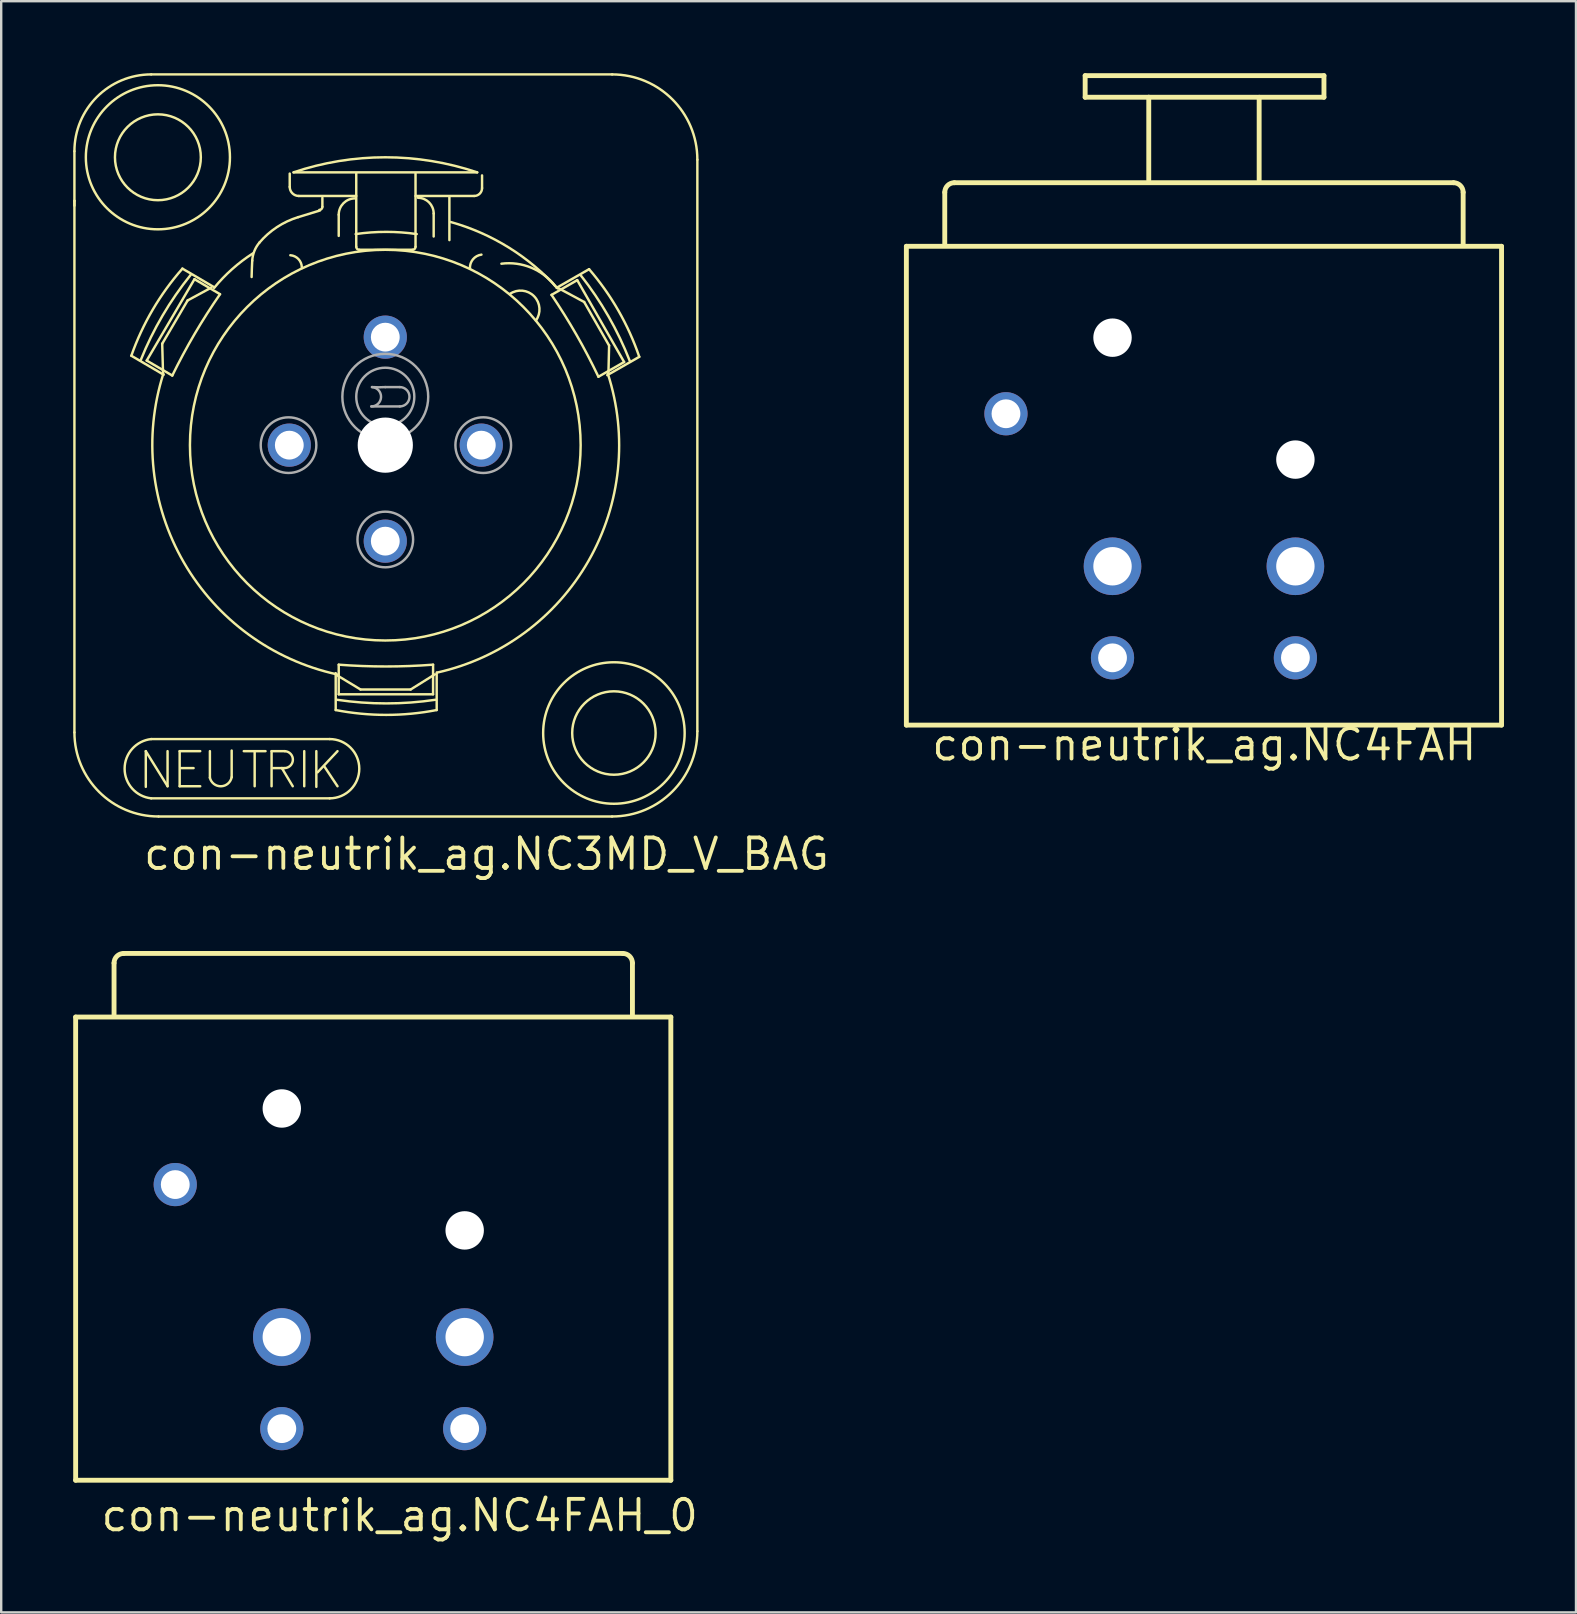
<source format=kicad_pcb>
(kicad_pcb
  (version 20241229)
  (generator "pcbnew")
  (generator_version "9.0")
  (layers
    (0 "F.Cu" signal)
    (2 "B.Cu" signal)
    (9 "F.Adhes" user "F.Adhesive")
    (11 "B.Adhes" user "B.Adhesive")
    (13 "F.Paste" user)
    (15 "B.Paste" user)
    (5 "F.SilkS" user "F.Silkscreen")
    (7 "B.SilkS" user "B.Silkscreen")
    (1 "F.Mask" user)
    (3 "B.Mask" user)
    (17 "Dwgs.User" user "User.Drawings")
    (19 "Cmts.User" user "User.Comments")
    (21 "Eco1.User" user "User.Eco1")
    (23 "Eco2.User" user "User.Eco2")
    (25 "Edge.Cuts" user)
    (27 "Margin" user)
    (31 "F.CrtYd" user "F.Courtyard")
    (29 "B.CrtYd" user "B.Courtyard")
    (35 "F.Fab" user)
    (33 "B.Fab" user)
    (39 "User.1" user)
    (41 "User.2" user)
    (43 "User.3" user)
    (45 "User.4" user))
  (footprint "con-neutrik_ag.NC3MD_V_BAG"
    (layer "F.Cu")
    (at 13.004 15.498)
    (property "Reference" "con-neutrik_ag.NC3MD_V_BAG" (at -10.16 17.78 0) (layer "F.SilkS") (effects (font (size 1.27 1.27) (thickness 0.16)) (justify left bottom)))
    (attr through_hole)
    (fp_line (start -12.953 -10.181) (end -12.953 -12.247) (stroke (width 0.102) (type default)) (layer "F.SilkS"))
    (fp_line (start -12.953 -9.979) (end -12.953 -10.181) (stroke (width 0.102) (type default)) (layer "F.SilkS"))
    (fp_line (start -12.953 11.97) (end -12.953 -10.181) (stroke (width 0.102) (type default)) (layer "F.SilkS"))
    (fp_line (start -10.582 -3.725) (end -9.235 -2.934) (stroke (width 0.102) (type default)) (layer "F.SilkS"))
    (fp_line (start -9.979 12.751) (end -9.072 14.213) (stroke (width 0.102) (type default)) (layer "F.SilkS"))
    (fp_line (start -9.979 14.238) (end -9.979 12.751) (stroke (width 0.102) (type default)) (layer "F.SilkS"))
    (fp_line (start -9.941 -3.524) (end -7.951 -6.915) (stroke (width 0.102) (type default)) (layer "F.SilkS"))
    (fp_line (start -9.752 -15.448) (end 9.45 -15.448) (stroke (width 0.102) (type default)) (layer "F.SilkS"))
    (fp_line (start -9.752 12.247) (end -2.318 12.247) (stroke (width 0.102) (type default)) (layer "F.SilkS"))
    (fp_line (start -9.295 -4.226) (end -9.262 -3.038) (stroke (width 0.102) (type default)) (layer "F.SilkS"))
    (fp_line (start -9.072 14.213) (end -9.072 12.751) (stroke (width 0.102) (type default)) (layer "F.SilkS"))
    (fp_line (start -8.876 -2.899) (end -9.941 -3.524) (stroke (width 0.102) (type default)) (layer "F.SilkS"))
    (fp_line (start -8.568 12.751) (end -8.568 14.213) (stroke (width 0.102) (type default)) (layer "F.SilkS"))
    (fp_line (start -8.568 14.213) (end -7.711 14.213) (stroke (width 0.102) (type default)) (layer "F.SilkS"))
    (fp_line (start -8.518 13.457) (end -7.988 13.457) (stroke (width 0.102) (type default)) (layer "F.SilkS"))
    (fp_line (start -8.236 -6.03) (end -9.295 -4.226) (stroke (width 0.102) (type default)) (layer "F.SilkS"))
    (fp_line (start -7.951 -6.915) (end -6.886 -6.29) (stroke (width 0.102) (type default)) (layer "F.SilkS"))
    (fp_line (start -7.711 12.751) (end -8.568 12.751) (stroke (width 0.102) (type default)) (layer "F.SilkS"))
    (fp_line (start -7.308 12.751) (end -7.308 13.86) (stroke (width 0.102) (type default)) (layer "F.SilkS"))
    (fp_line (start -7.252 -6.563) (end -8.236 -6.03) (stroke (width 0.102) (type default)) (layer "F.SilkS"))
    (fp_line (start -7.127 -6.577) (end -8.453 -7.355) (stroke (width 0.102) (type default)) (layer "F.SilkS"))
    (fp_line (start -6.401 13.835) (end -6.401 12.726) (stroke (width 0.102) (type default)) (layer "F.SilkS"))
    (fp_line (start -5.897 12.751) (end -4.99 12.751) (stroke (width 0.102) (type default)) (layer "F.SilkS"))
    (fp_line (start -5.443 12.776) (end -5.443 14.213) (stroke (width 0.102) (type default)) (layer "F.SilkS"))
    (fp_line (start -4.738 12.751) (end -4.183 12.751) (stroke (width 0.102) (type default)) (layer "F.SilkS"))
    (fp_line (start -4.738 14.213) (end -4.738 12.751) (stroke (width 0.102) (type default)) (layer "F.SilkS"))
    (fp_line (start -4.309 13.457) (end -4.687 13.457) (stroke (width 0.102) (type default)) (layer "F.SilkS"))
    (fp_line (start -4.309 13.457) (end -3.856 14.213) (stroke (width 0.102) (type default)) (layer "F.SilkS"))
    (fp_line (start -4.208 13.457) (end -4.309 13.457) (stroke (width 0.102) (type default)) (layer "F.SilkS"))
    (fp_line (start -3.982 -11.315) (end -3.982 -10.76) (stroke (width 0.102) (type default)) (layer "F.SilkS"))
    (fp_line (start -3.805 -11.365) (end 3.83 -11.365) (stroke (width 0.102) (type default)) (layer "F.SilkS"))
    (fp_line (start -3.604 -10.382) (end -1.21 -10.382) (stroke (width 0.102) (type default)) (layer "F.SilkS"))
    (fp_line (start -3.377 12.751) (end -3.377 14.213) (stroke (width 0.102) (type default)) (layer "F.SilkS"))
    (fp_line (start -2.873 12.751) (end -2.873 14.238) (stroke (width 0.102) (type default)) (layer "F.SilkS"))
    (fp_line (start -2.722 -9.778) (end -3.629 -9.5) (stroke (width 0.102) (type default)) (layer "F.SilkS"))
    (fp_line (start -2.621 -10.307) (end -2.621 -9.929) (stroke (width 0.102) (type default)) (layer "F.SilkS"))
    (fp_line (start -2.545 13.381) (end -1.991 14.213) (stroke (width 0.102) (type default)) (layer "F.SilkS"))
    (fp_line (start -2.318 14.717) (end -9.752 14.717) (stroke (width 0.102) (type default)) (layer "F.SilkS"))
    (fp_line (start -2.066 9.5) (end -2.066 11.038) (stroke (width 0.102) (type default)) (layer "F.SilkS"))
    (fp_line (start -1.991 9.601) (end -1.033 10.181) (stroke (width 0.102) (type default)) (layer "F.SilkS"))
    (fp_line (start -1.991 12.751) (end -2.822 13.633) (stroke (width 0.102) (type default)) (layer "F.SilkS"))
    (fp_line (start -1.94 -8.719) (end -1.94 -9.601) (stroke (width 0.102) (type default)) (layer "F.SilkS"))
    (fp_line (start -1.94 10.382) (end -1.94 9.148) (stroke (width 0.102) (type default)) (layer "F.SilkS"))
    (fp_line (start -1.21 -11.315) (end -1.21 -8.266) (stroke (width 0.102) (type default)) (layer "F.SilkS"))
    (fp_line (start -1.084 -8.14) (end 1.134 -8.14) (stroke (width 0.102) (type default)) (layer "F.SilkS"))
    (fp_line (start -1.033 10.181) (end 1.058 10.181) (stroke (width 0.102) (type default)) (layer "F.SilkS"))
    (fp_line (start 1.058 10.181) (end 2.066 9.551) (stroke (width 0.102) (type default)) (layer "F.SilkS"))
    (fp_line (start 1.26 -10.382) (end 3.704 -10.382) (stroke (width 0.102) (type default)) (layer "F.SilkS"))
    (fp_line (start 1.26 -8.266) (end 1.26 -11.315) (stroke (width 0.102) (type default)) (layer "F.SilkS"))
    (fp_line (start 1.991 9.148) (end 1.991 10.382) (stroke (width 0.102) (type default)) (layer "F.SilkS"))
    (fp_line (start 1.991 10.382) (end -1.94 10.382) (stroke (width 0.102) (type default)) (layer "F.SilkS"))
    (fp_line (start 2.016 -8.694) (end 2.016 -9.652) (stroke (width 0.102) (type default)) (layer "F.SilkS"))
    (fp_line (start 2.142 11.038) (end 2.142 9.475) (stroke (width 0.102) (type default)) (layer "F.SilkS"))
    (fp_line (start 2.671 -8.543) (end 2.671 -10.332) (stroke (width 0.102) (type default)) (layer "F.SilkS"))
    (fp_line (start 4.032 -10.71) (end 4.032 -11.239) (stroke (width 0.102) (type default)) (layer "F.SilkS"))
    (fp_line (start 6.927 -6.261) (end 7.998 -6.875) (stroke (width 0.102) (type default)) (layer "F.SilkS"))
    (fp_line (start 7.998 -6.875) (end 9.952 -3.463) (stroke (width 0.102) (type default)) (layer "F.SilkS"))
    (fp_line (start 8.287 -5.965) (end 7.239 -6.527) (stroke (width 0.102) (type default)) (layer "F.SilkS"))
    (fp_line (start 8.492 -7.332) (end 7.136 -6.555) (stroke (width 0.102) (type default)) (layer "F.SilkS"))
    (fp_line (start 9.249 -2.916) (end 10.583 -3.68) (stroke (width 0.102) (type default)) (layer "F.SilkS"))
    (fp_line (start 9.299 -3.031) (end 9.326 -4.15) (stroke (width 0.102) (type default)) (layer "F.SilkS"))
    (fp_line (start 9.326 -4.15) (end 8.287 -5.965) (stroke (width 0.102) (type default)) (layer "F.SilkS"))
    (fp_line (start 9.45 15.473) (end -9.45 15.473) (stroke (width 0.102) (type default)) (layer "F.SilkS"))
    (fp_line (start 9.952 -3.463) (end 8.88 -2.85) (stroke (width 0.102) (type default)) (layer "F.SilkS"))
    (fp_line (start 13.003 -11.894) (end 13.003 11.92) (stroke (width 0.102) (type default)) (layer "F.SilkS"))
    (fp_arc (start -12.9528 -12.2472) (mid -12.015425 -14.510225) (end -9.7524 -15.4476) (stroke (width 0.1016) (type default)) (layer "F.SilkS"))
    (fp_arc (start -10.5822 -3.7251) (mid -9.691784 -5.642311) (end -8.4526 -7.3549) (stroke (width 0.1016) (type default)) (layer "F.SilkS"))
    (fp_arc (start -10.1872 -3.5518) (mid -9.279417 -5.400363) (end -8.1086 -7.0946) (stroke (width 0.1016) (type default)) (layer "F.SilkS"))
    (fp_arc (start -9.7524 14.7168) (mid -10.861431 13.482) (end -9.7524 12.2472) (stroke (width 0.1016) (type default)) (layer "F.SilkS"))
    (fp_arc (start -9.45 15.4728) (mid -11.926854 14.446854) (end -12.9528 11.97) (stroke (width 0.1016) (type default)) (layer "F.SilkS"))
    (fp_arc (start -8.8756 -2.8991) (mid -7.945374 -4.632279) (end -6.8862 -6.2898) (stroke (width 0.1016) (type default)) (layer "F.SilkS"))
    (fp_arc (start -7.1316 -6.552) (mid -6.381797 -7.333748) (end -5.5188 -7.9884) (stroke (width 0.1016) (type default)) (layer "F.SilkS"))
    (fp_arc (start -6.4008 13.8348) (mid -6.844214 14.214097) (end -7.308 13.86) (stroke (width 0.1016) (type default)) (layer "F.SilkS"))
    (fp_arc (start -5.5692 -7.0056) (mid -5.559696 -7.345915) (end -5.544 -7.686) (stroke (width 0.1016) (type default)) (layer "F.SilkS"))
    (fp_arc (start -5.544 -7.686) (mid -5.454836 -8.088814) (end -5.2416 -8.442) (stroke (width 0.1016) (type default)) (layer "F.SilkS"))
    (fp_arc (start -5.2416 -8.442) (mid -4.510913 -9.086572) (end -3.6288 -9.5004) (stroke (width 0.1016) (type default)) (layer "F.SilkS"))
    (fp_arc (start -4.1832 12.7512) (mid -3.852275 13.116269) (end -4.2084 13.4568) (stroke (width 0.1016) (type default)) (layer "F.SilkS"))
    (fp_arc (start -3.9564 -7.9128) (mid -3.619262 -7.753651) (end -3.4776 -7.4088) (stroke (width 0.1016) (type default)) (layer "F.SilkS"))
    (fp_arc (start -3.8304 -11.3652) (mid 0 -11.993981) (end 3.8304 -11.3652) (stroke (width 0.1016) (type default)) (layer "F.SilkS"))
    (fp_arc (start -3.6036 -10.3824) (mid -3.870886 -10.493114) (end -3.9816 -10.7604) (stroke (width 0.1016) (type default)) (layer "F.SilkS"))
    (fp_arc (start -2.6208 -9.9288) (mid -2.657705 -9.839705) (end -2.7468 -9.8028) (stroke (width 0.1016) (type default)) (layer "F.SilkS"))
    (fp_arc (start -2.3184 12.2472) (mid -1.0836 13.482) (end -2.3184 14.7168) (stroke (width 0.1016) (type default)) (layer "F.SilkS"))
    (fp_arc (start -2.016 9.5508) (mid -8.395454 4.884282) (end -9.2484 -2.9736) (stroke (width 0.1016) (type default)) (layer "F.SilkS"))
    (fp_arc (start -1.9404 -9.6012) (mid -1.741115 -10.082315) (end -1.26 -10.2816) (stroke (width 0.1016) (type default)) (layer "F.SilkS"))
    (fp_arc (start -1.2348 -8.7948) (mid 0.0378 -8.886007) (end 1.3104 -8.7948) (stroke (width 0.1016) (type default)) (layer "F.SilkS"))
    (fp_arc (start -1.0836 -8.1396) (mid -1.172695 -8.176505) (end -1.2096 -8.2656) (stroke (width 0.1016) (type default)) (layer "F.SilkS"))
    (fp_arc (start 1.26 -8.2656) (mid 1.223095 -8.176505) (end 1.134 -8.1396) (stroke (width 0.1016) (type default)) (layer "F.SilkS"))
    (fp_arc (start 1.3608 -10.3068) (mid 1.824096 -10.114896) (end 2.016 -9.6516) (stroke (width 0.1016) (type default)) (layer "F.SilkS"))
    (fp_arc (start 1.9908 9.1476) (mid 0.0252 9.222351) (end -1.9404 9.1476) (stroke (width 0.1016) (type default)) (layer "F.SilkS"))
    (fp_arc (start 2.0916 10.6092) (mid 0.0378 10.761684) (end -2.016 10.6092) (stroke (width 0.1016) (type default)) (layer "F.SilkS"))
    (fp_arc (start 2.142 11.0376) (mid 0.0378 11.239782) (end -2.0664 11.0376) (stroke (width 0.1016) (type default)) (layer "F.SilkS"))
    (fp_arc (start 2.7216 -9.2988) (mid 5.149852 -8.231484) (end 7.182 -6.5268) (stroke (width 0.1016) (type default)) (layer "F.SilkS"))
    (fp_arc (start 3.528 -7.3584) (mid 3.652983 -7.742718) (end 4.0068 -7.938) (stroke (width 0.1016) (type default)) (layer "F.SilkS"))
    (fp_arc (start 4.032 -10.71) (mid 3.936048 -10.478352) (end 3.7044 -10.3824) (stroke (width 0.1016) (type default)) (layer "F.SilkS"))
    (fp_arc (start 4.8384 -7.56) (mid 6.084142 -7.392894) (end 7.0812 -6.6276) (stroke (width 0.1016) (type default)) (layer "F.SilkS"))
    (fp_arc (start 5.1912 -6.3) (mid 6.201229 -6.203188) (end 6.2748 -5.1912) (stroke (width 0.1016) (type default)) (layer "F.SilkS"))
    (fp_arc (start 6.9267 -6.2611) (mid 7.968417 -4.592549) (end 8.8804 -2.8497) (stroke (width 0.1016) (type default)) (layer "F.SilkS"))
    (fp_arc (start 8.1449 -7.0749) (mid 9.297919 -5.368482) (end 10.1863 -3.5105) (stroke (width 0.1016) (type default)) (layer "F.SilkS"))
    (fp_arc (start 8.4916 -7.3316) (mid 9.712792 -5.606128) (end 10.5831 -3.6797) (stroke (width 0.1016) (type default)) (layer "F.SilkS"))
    (fp_arc (start 9.2736 -2.9736) (mid 8.469424 4.820081) (end 2.1672 9.4752) (stroke (width 0.1016) (type default)) (layer "F.SilkS"))
    (fp_arc (start 9.45 -15.4476) (mid 11.962492 -14.406892) (end 13.0032 -11.8944) (stroke (width 0.1016) (type default)) (layer "F.SilkS"))
    (fp_arc (start 13.0032 11.9196) (mid 11.962492 14.432092) (end 9.45 15.4728) (stroke (width 0.1016) (type default)) (layer "F.SilkS"))
    (fp_circle (center -9.475 -11.995) (end -7.686 -11.995) (stroke (width 0.102) (type default)) (fill no) (layer "F.SilkS"))
    (fp_circle (center -9.475 -11.995) (end -6.473 -11.995) (stroke (width 0.102) (type default)) (fill no) (layer "F.SilkS"))
    (fp_circle (center 0 0) (end 8.14 0) (stroke (width 0.102) (type default)) (fill no) (layer "F.SilkS"))
    (fp_circle (center 9.526 11.995) (end 11.264 11.995) (stroke (width 0.102) (type default)) (fill no) (layer "F.SilkS"))
    (fp_circle (center 9.526 11.995) (end 12.474 11.995) (stroke (width 0.102) (type default)) (fill no) (layer "F.SilkS"))
    (fp_line (start 0 -2.419) (end 0.605 -2.419) (stroke (width 0.102) (type default)) (layer "F.Fab"))
    (fp_line (start 0.605 -1.613) (end -0.58 -1.613) (stroke (width 0.102) (type default)) (layer "F.Fab"))
    (fp_arc (start -0.5544 -2.4192) (mid -0.176203 -2.003788) (end -0.5796 -1.6128) (stroke (width 0.1016) (type default)) (layer "F.Fab"))
    (fp_arc (start 0 -2.4192) (mid -0.2772 -2.41054) (end -0.5544 -2.4192) (stroke (width 0.1016) (type default)) (layer "F.Fab"))
    (fp_arc (start 0.6048 -2.4192) (mid 1.008 -2.016) (end 0.6048 -1.6128) (stroke (width 0.1016) (type default)) (layer "F.Fab"))
    (fp_circle (center -4.032 0) (end -2.873 0) (stroke (width 0.102) (type default)) (fill no) (layer "F.Fab"))
    (fp_circle (center 0 -2.016) (end 1.21 -2.016) (stroke (width 0.102) (type default)) (fill no) (layer "F.Fab"))
    (fp_circle (center 0 -2.016) (end 1.789 -2.016) (stroke (width 0.102) (type default)) (fill no) (layer "F.Fab"))
    (fp_circle (center 0 3.931) (end 1.159 3.931) (stroke (width 0.102) (type default)) (fill no) (layer "F.Fab"))
    (fp_circle (center 4.082 0) (end 5.242 0) (stroke (width 0.102) (type default)) (fill no) (layer "F.Fab"))
    (pad "" np_thru_hole circle (at 0 0) (size 2.3 2.3) (drill 2.3) (layers "*.Cu" "*.Mask"))
    (pad "1" thru_hole circle (at -4 0) (size 1.8 1.8) (drill 1.2) (layers "*.Cu" "*.Mask"))
    (pad "2" thru_hole circle (at 4 0) (size 1.8 1.8) (drill 1.2) (layers "*.Cu" "*.Mask"))
    (pad "3" thru_hole circle (at 0 4) (size 1.8 1.8) (drill 1.2) (layers "*.Cu" "*.Mask"))
    (pad "G" thru_hole circle (at 0 -4.5) (size 1.8 1.8) (drill 1.2) (layers "*.Cu" "*.Mask")))
  (footprint "con-neutrik_ag.NC4FAH"
    (layer "F.Cu")
    (at 47.116 24.91)
    (property "Reference" "con-neutrik_ag.NC4FAH" (at -11.43 3.81 0) (layer "F.SilkS") (effects (font (size 1.27 1.27) (thickness 0.16)) (justify left bottom)))
    (attr through_hole)
    (fp_line (start -12.4 -17.697) (end 12.4 -17.697) (stroke (width 0.203) (type default)) (layer "F.SilkS"))
    (fp_line (start -12.4 2.253) (end -12.4 -17.697) (stroke (width 0.203) (type default)) (layer "F.SilkS"))
    (fp_line (start -10.8 -17.797) (end -10.8 -19.947) (stroke (width 0.203) (type default)) (layer "F.SilkS"))
    (fp_line (start -10.4 -20.347) (end 10.4 -20.347) (stroke (width 0.203) (type default)) (layer "F.SilkS"))
    (fp_line (start -4.95 -24.808) (end 5 -24.808) (stroke (width 0.203) (type default)) (layer "F.SilkS"))
    (fp_line (start -4.95 -23.908) (end -4.95 -24.808) (stroke (width 0.203) (type default)) (layer "F.SilkS"))
    (fp_line (start -2.3 -23.908) (end -4.95 -23.908) (stroke (width 0.203) (type default)) (layer "F.SilkS"))
    (fp_line (start -2.3 -23.908) (end 2.25 -23.908) (stroke (width 0.203) (type default)) (layer "F.SilkS"))
    (fp_line (start -2.3 -20.458) (end -2.3 -23.908) (stroke (width 0.203) (type default)) (layer "F.SilkS"))
    (fp_line (start 2.3 -23.908) (end 2.3 -20.458) (stroke (width 0.203) (type default)) (layer "F.SilkS"))
    (fp_line (start 5 -24.808) (end 5 -23.908) (stroke (width 0.203) (type default)) (layer "F.SilkS"))
    (fp_line (start 5 -23.908) (end 2.3 -23.908) (stroke (width 0.203) (type default)) (layer "F.SilkS"))
    (fp_line (start 10.8 -19.947) (end 10.8 -17.797) (stroke (width 0.203) (type default)) (layer "F.SilkS"))
    (fp_line (start 12.4 -17.697) (end 12.4 2.253) (stroke (width 0.203) (type default)) (layer "F.SilkS"))
    (fp_line (start 12.4 2.253) (end -12.4 2.253) (stroke (width 0.203) (type default)) (layer "F.SilkS"))
    (fp_arc (start -10.8 -19.9469) (mid -10.682843 -20.229743) (end -10.4 -20.3469) (stroke (width 0.2032) (type default)) (layer "F.SilkS"))
    (fp_arc (start 10.4 -20.3469) (mid 10.682843 -20.229743) (end 10.8 -19.9469) (stroke (width 0.2032) (type default)) (layer "F.SilkS"))
    (pad "" np_thru_hole circle (at -3.81 -13.89) (size 1.6 1.6) (drill 1.6) (layers "*.Cu" "*.Mask"))
    (pad "" np_thru_hole circle (at 3.81 -8.81) (size 1.6 1.6) (drill 1.6) (layers "*.Cu" "*.Mask"))
    (pad "1" thru_hole circle (at -3.81 -0.55) (size 1.8 1.8) (drill 1.2) (layers "*.Cu" "*.Mask"))
    (pad "2" thru_hole circle (at -3.81 -4.365) (size 2.4 2.4) (drill 1.6) (layers "*.Cu" "*.Mask"))
    (pad "3" thru_hole circle (at 3.81 -4.365) (size 2.4 2.4) (drill 1.6) (layers "*.Cu" "*.Mask"))
    (pad "4" thru_hole circle (at 3.81 -0.55) (size 1.8 1.8) (drill 1.2) (layers "*.Cu" "*.Mask"))
    (pad "G" thru_hole circle (at -8.25 -10.72) (size 1.8 1.8) (drill 1.2) (layers "*.Cu" "*.Mask")))
  (footprint "con-neutrik_ag.NC4FAH_0"
    (layer "F.Cu")
    (at 12.502 57.028)
    (property "Reference" "con-neutrik_ag.NC4FAH_0" (at -11.43 3.81 0) (layer "F.SilkS") (effects (font (size 1.27 1.27) (thickness 0.16)) (justify left bottom)))
    (attr through_hole)
    (fp_line (start -12.4 -17.7) (end 12.4 -17.7) (stroke (width 0.203) (type default)) (layer "F.SilkS"))
    (fp_line (start -12.4 1.6) (end -12.4 -17.7) (stroke (width 0.203) (type default)) (layer "F.SilkS"))
    (fp_line (start -10.8 -17.8) (end -10.8 -19.95) (stroke (width 0.203) (type default)) (layer "F.SilkS"))
    (fp_line (start -10.4 -20.35) (end 10.4 -20.35) (stroke (width 0.203) (type default)) (layer "F.SilkS"))
    (fp_line (start 10.8 -19.95) (end 10.8 -17.8) (stroke (width 0.203) (type default)) (layer "F.SilkS"))
    (fp_line (start 12.4 -17.7) (end 12.4 1.6) (stroke (width 0.203) (type default)) (layer "F.SilkS"))
    (fp_line (start 12.4 1.6) (end -12.4 1.6) (stroke (width 0.203) (type default)) (layer "F.SilkS"))
    (fp_arc (start -10.8 -19.95) (mid -10.682843 -20.232843) (end -10.4 -20.35) (stroke (width 0.2032) (type default)) (layer "F.SilkS"))
    (fp_arc (start 10.4 -20.35) (mid 10.682843 -20.232843) (end 10.8 -19.95) (stroke (width 0.2032) (type default)) (layer "F.SilkS"))
    (pad "" np_thru_hole circle (at -3.81 -13.89) (size 1.6 1.6) (drill 1.6) (layers "*.Cu" "*.Mask"))
    (pad "" np_thru_hole circle (at 3.81 -8.81) (size 1.6 1.6) (drill 1.6) (layers "*.Cu" "*.Mask"))
    (pad "1" thru_hole circle (at -3.81 -0.55) (size 1.8 1.8) (drill 1.2) (layers "*.Cu" "*.Mask"))
    (pad "2" thru_hole circle (at -3.81 -4.365) (size 2.4 2.4) (drill 1.6) (layers "*.Cu" "*.Mask"))
    (pad "3" thru_hole circle (at 3.81 -4.365) (size 2.4 2.4) (drill 1.6) (layers "*.Cu" "*.Mask"))
    (pad "4" thru_hole circle (at 3.81 -0.55) (size 1.8 1.8) (drill 1.2) (layers "*.Cu" "*.Mask"))
    (pad "G" thru_hole circle (at -8.25 -10.72) (size 1.8 1.8) (drill 1.2) (layers "*.Cu" "*.Mask")))
  (gr_rect
    (start -3 -3)
    (end 62.618 64.135)
    (stroke (width 0.1) (type default))
    (fill no)
    (layer "Edge.Cuts")))
</source>
